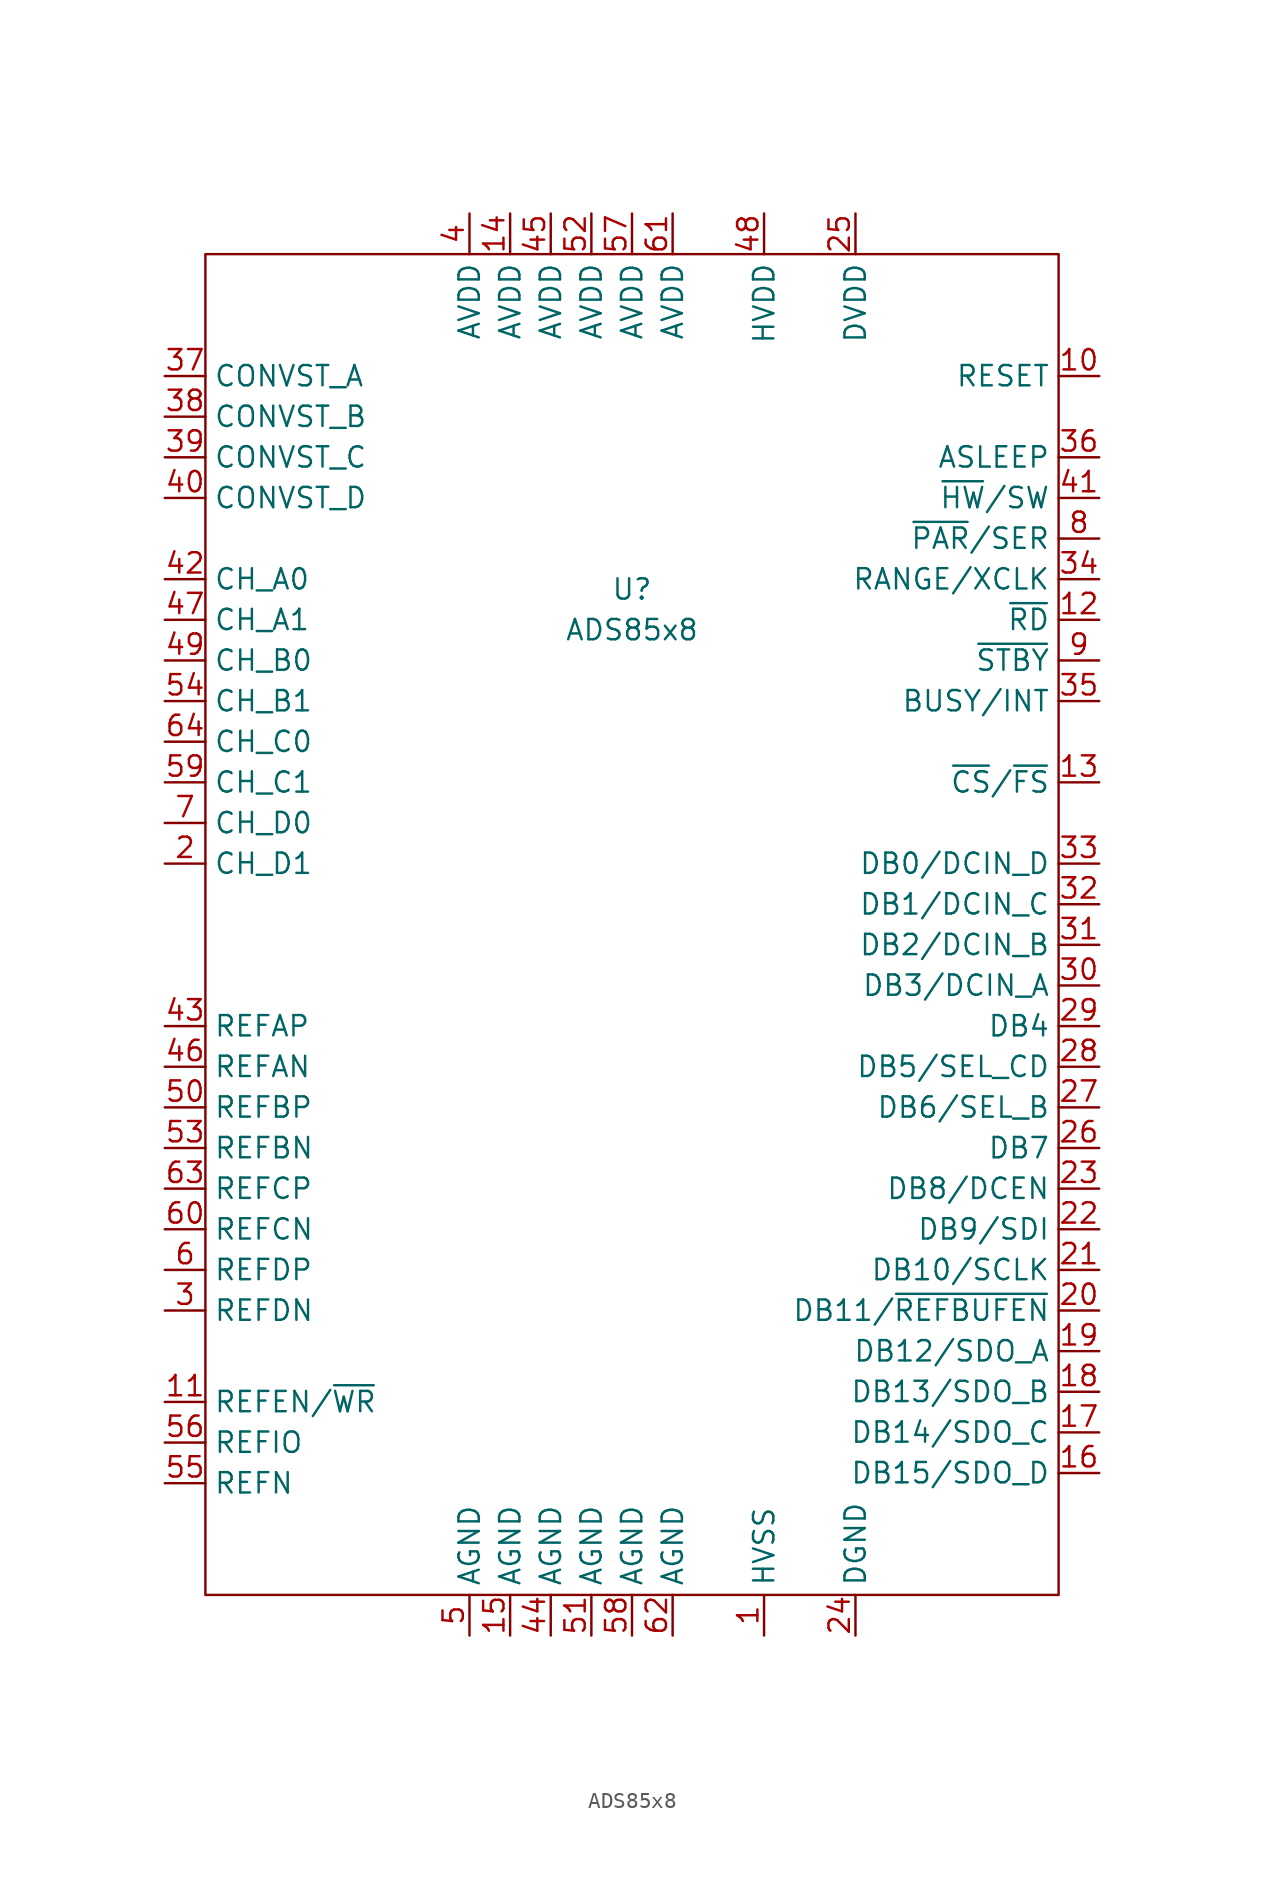
<source format=kicad_sym>
(kicad_symbol_lib
  (version 20210619)
  (generator kicad_symbol_editor)
  (symbol "ADS85x8:ADS85x8"
    (property "Reference" "U"
      (at 0 21.59 0)
      (effects (font (size 1.27 1.27))))
    (property "Value" "ADS85x8"
      (at 0 19.05 0)
      (effects (font (size 1.27 1.27))))
    (symbol "ADS85x8_0_1"
      (rectangle (start -26.67 42.545) (end 26.67 -41.275) (stroke (width 0.152)) (fill (type none))))
    (symbol "ADS85x8_1_1"
      (pin passive line (at 8.255 -43.815 90) (length 2.54) (name "HVSS" (effects (font (size 1.27 1.27)))) (number "1" (effects (font (size 1.27 1.27)))))
      (pin input line (at 29.21 34.925 180) (length 2.54) (name "RESET" (effects (font (size 1.27 1.27)))) (number "10" (effects (font (size 1.27 1.27)))))
      (pin input line (at -29.21 -29.21 0) (length 2.54) (name "REFEN/~{WR}" (effects (font (size 1.27 1.27)))) (number "11" (effects (font (size 1.27 1.27)))))
      (pin input line (at 29.21 19.685 180) (length 2.54) (name "~{RD}" (effects (font (size 1.27 1.27)))) (number "12" (effects (font (size 1.27 1.27)))))
      (pin input line (at 29.21 9.525 180) (length 2.54) (name "~{CS}/~{FS}" (effects (font (size 1.27 1.27)))) (number "13" (effects (font (size 1.27 1.27)))))
      (pin passive line (at -7.62 45.085 270) (length 2.54) (name "AVDD" (effects (font (size 1.27 1.27)))) (number "14" (effects (font (size 1.27 1.27)))))
      (pin passive line (at -7.62 -43.815 90) (length 2.54) (name "AGND" (effects (font (size 1.27 1.27)))) (number "15" (effects (font (size 1.27 1.27)))))
      (pin bidirectional line (at 29.21 -33.655 180) (length 2.54) (name "DB15/SDO_D" (effects (font (size 1.27 1.27)))) (number "16" (effects (font (size 1.27 1.27)))))
      (pin bidirectional line (at 29.21 -31.115 180) (length 2.54) (name "DB14/SDO_C" (effects (font (size 1.27 1.27)))) (number "17" (effects (font (size 1.27 1.27)))))
      (pin bidirectional line (at 29.21 -28.575 180) (length 2.54) (name "DB13/SDO_B" (effects (font (size 1.27 1.27)))) (number "18" (effects (font (size 1.27 1.27)))))
      (pin bidirectional line (at 29.21 -26.035 180) (length 2.54) (name "DB12/SDO_A" (effects (font (size 1.27 1.27)))) (number "19" (effects (font (size 1.27 1.27)))))
      (pin input line (at -29.21 4.445 0) (length 2.54) (name "CH_D1" (effects (font (size 1.27 1.27)))) (number "2" (effects (font (size 1.27 1.27)))))
      (pin bidirectional line (at 29.21 -23.495 180) (length 2.54) (name "DB11/~{REFBUFEN}" (effects (font (size 1.27 1.27)))) (number "20" (effects (font (size 1.27 1.27)))))
      (pin bidirectional line (at 29.21 -20.955 180) (length 2.54) (name "DB10/SCLK" (effects (font (size 1.27 1.27)))) (number "21" (effects (font (size 1.27 1.27)))))
      (pin bidirectional line (at 29.21 -18.415 180) (length 2.54) (name "DB9/SDI" (effects (font (size 1.27 1.27)))) (number "22" (effects (font (size 1.27 1.27)))))
      (pin bidirectional line (at 29.21 -15.875 180) (length 2.54) (name "DB8/DCEN" (effects (font (size 1.27 1.27)))) (number "23" (effects (font (size 1.27 1.27)))))
      (pin passive line (at 13.97 -43.815 90) (length 2.54) (name "DGND" (effects (font (size 1.27 1.27)))) (number "24" (effects (font (size 1.27 1.27)))))
      (pin passive line (at 13.97 45.085 270) (length 2.54) (name "DVDD" (effects (font (size 1.27 1.27)))) (number "25" (effects (font (size 1.27 1.27)))))
      (pin bidirectional line (at 29.21 -13.335 180) (length 2.54) (name "DB7" (effects (font (size 1.27 1.27)))) (number "26" (effects (font (size 1.27 1.27)))))
      (pin bidirectional line (at 29.21 -10.795 180) (length 2.54) (name "DB6/SEL_B" (effects (font (size 1.27 1.27)))) (number "27" (effects (font (size 1.27 1.27)))))
      (pin bidirectional line (at 29.21 -8.255 180) (length 2.54) (name "DB5/SEL_CD" (effects (font (size 1.27 1.27)))) (number "28" (effects (font (size 1.27 1.27)))))
      (pin bidirectional line (at 29.21 -5.715 180) (length 2.54) (name "DB4" (effects (font (size 1.27 1.27)))) (number "29" (effects (font (size 1.27 1.27)))))
      (pin input line (at -29.21 -23.495 0) (length 2.54) (name "REFDN" (effects (font (size 1.27 1.27)))) (number "3" (effects (font (size 1.27 1.27)))))
      (pin bidirectional line (at 29.21 -3.175 180) (length 2.54) (name "DB3/DCIN_A" (effects (font (size 1.27 1.27)))) (number "30" (effects (font (size 1.27 1.27)))))
      (pin bidirectional line (at 29.21 -0.635 180) (length 2.54) (name "DB2/DCIN_B" (effects (font (size 1.27 1.27)))) (number "31" (effects (font (size 1.27 1.27)))))
      (pin bidirectional line (at 29.21 1.905 180) (length 2.54) (name "DB1/DCIN_C" (effects (font (size 1.27 1.27)))) (number "32" (effects (font (size 1.27 1.27)))))
      (pin bidirectional line (at 29.21 4.445 180) (length 2.54) (name "DB0/DCIN_D" (effects (font (size 1.27 1.27)))) (number "33" (effects (font (size 1.27 1.27)))))
      (pin input line (at 29.21 22.225 180) (length 2.54) (name "RANGE/XCLK" (effects (font (size 1.27 1.27)))) (number "34" (effects (font (size 1.27 1.27)))))
      (pin output line (at 29.21 14.605 180) (length 2.54) (name "BUSY/INT" (effects (font (size 1.27 1.27)))) (number "35" (effects (font (size 1.27 1.27)))))
      (pin input line (at 29.21 29.845 180) (length 2.54) (name "ASLEEP" (effects (font (size 1.27 1.27)))) (number "36" (effects (font (size 1.27 1.27)))))
      (pin input line (at -29.21 34.925 0) (length 2.54) (name "CONVST_A" (effects (font (size 1.27 1.27)))) (number "37" (effects (font (size 1.27 1.27)))))
      (pin input line (at -29.21 32.385 0) (length 2.54) (name "CONVST_B" (effects (font (size 1.27 1.27)))) (number "38" (effects (font (size 1.27 1.27)))))
      (pin input line (at -29.21 29.845 0) (length 2.54) (name "CONVST_C" (effects (font (size 1.27 1.27)))) (number "39" (effects (font (size 1.27 1.27)))))
      (pin passive line (at -10.16 45.085 270) (length 2.54) (name "AVDD" (effects (font (size 1.27 1.27)))) (number "4" (effects (font (size 1.27 1.27)))))
      (pin input line (at -29.21 27.305 0) (length 2.54) (name "CONVST_D" (effects (font (size 1.27 1.27)))) (number "40" (effects (font (size 1.27 1.27)))))
      (pin input line (at 29.21 27.305 180) (length 2.54) (name "~{HW}/SW" (effects (font (size 1.27 1.27)))) (number "41" (effects (font (size 1.27 1.27)))))
      (pin input line (at -29.21 22.225 0) (length 2.54) (name "CH_A0" (effects (font (size 1.27 1.27)))) (number "42" (effects (font (size 1.27 1.27)))))
      (pin input line (at -29.21 -5.715 0) (length 2.54) (name "REFAP" (effects (font (size 1.27 1.27)))) (number "43" (effects (font (size 1.27 1.27)))))
      (pin passive line (at -5.08 -43.815 90) (length 2.54) (name "AGND" (effects (font (size 1.27 1.27)))) (number "44" (effects (font (size 1.27 1.27)))))
      (pin passive line (at -5.08 45.085 270) (length 2.54) (name "AVDD" (effects (font (size 1.27 1.27)))) (number "45" (effects (font (size 1.27 1.27)))))
      (pin input line (at -29.21 -8.255 0) (length 2.54) (name "REFAN" (effects (font (size 1.27 1.27)))) (number "46" (effects (font (size 1.27 1.27)))))
      (pin input line (at -29.21 19.685 0) (length 2.54) (name "CH_A1" (effects (font (size 1.27 1.27)))) (number "47" (effects (font (size 1.27 1.27)))))
      (pin passive line (at 8.255 45.085 270) (length 2.54) (name "HVDD" (effects (font (size 1.27 1.27)))) (number "48" (effects (font (size 1.27 1.27)))))
      (pin input line (at -29.21 17.145 0) (length 2.54) (name "CH_B0" (effects (font (size 1.27 1.27)))) (number "49" (effects (font (size 1.27 1.27)))))
      (pin passive line (at -10.16 -43.815 90) (length 2.54) (name "AGND" (effects (font (size 1.27 1.27)))) (number "5" (effects (font (size 1.27 1.27)))))
      (pin input line (at -29.21 -10.795 0) (length 2.54) (name "REFBP" (effects (font (size 1.27 1.27)))) (number "50" (effects (font (size 1.27 1.27)))))
      (pin passive line (at -2.54 -43.815 90) (length 2.54) (name "AGND" (effects (font (size 1.27 1.27)))) (number "51" (effects (font (size 1.27 1.27)))))
      (pin passive line (at -2.54 45.085 270) (length 2.54) (name "AVDD" (effects (font (size 1.27 1.27)))) (number "52" (effects (font (size 1.27 1.27)))))
      (pin input line (at -29.21 -13.335 0) (length 2.54) (name "REFBN" (effects (font (size 1.27 1.27)))) (number "53" (effects (font (size 1.27 1.27)))))
      (pin input line (at -29.21 14.605 0) (length 2.54) (name "CH_B1" (effects (font (size 1.27 1.27)))) (number "54" (effects (font (size 1.27 1.27)))))
      (pin input line (at -29.21 -34.29 0) (length 2.54) (name "REFN" (effects (font (size 1.27 1.27)))) (number "55" (effects (font (size 1.27 1.27)))))
      (pin bidirectional line (at -29.21 -31.75 0) (length 2.54) (name "REFIO" (effects (font (size 1.27 1.27)))) (number "56" (effects (font (size 1.27 1.27)))))
      (pin passive line (at 0 45.085 270) (length 2.54) (name "AVDD" (effects (font (size 1.27 1.27)))) (number "57" (effects (font (size 1.27 1.27)))))
      (pin passive line (at 0 -43.815 90) (length 2.54) (name "AGND" (effects (font (size 1.27 1.27)))) (number "58" (effects (font (size 1.27 1.27)))))
      (pin input line (at -29.21 9.525 0) (length 2.54) (name "CH_C1" (effects (font (size 1.27 1.27)))) (number "59" (effects (font (size 1.27 1.27)))))
      (pin input line (at -29.21 -20.955 0) (length 2.54) (name "REFDP" (effects (font (size 1.27 1.27)))) (number "6" (effects (font (size 1.27 1.27)))))
      (pin input line (at -29.21 -18.415 0) (length 2.54) (name "REFCN" (effects (font (size 1.27 1.27)))) (number "60" (effects (font (size 1.27 1.27)))))
      (pin passive line (at 2.54 45.085 270) (length 2.54) (name "AVDD" (effects (font (size 1.27 1.27)))) (number "61" (effects (font (size 1.27 1.27)))))
      (pin passive line (at 2.54 -43.815 90) (length 2.54) (name "AGND" (effects (font (size 1.27 1.27)))) (number "62" (effects (font (size 1.27 1.27)))))
      (pin input line (at -29.21 -15.875 0) (length 2.54) (name "REFCP" (effects (font (size 1.27 1.27)))) (number "63" (effects (font (size 1.27 1.27)))))
      (pin input line (at -29.21 12.065 0) (length 2.54) (name "CH_C0" (effects (font (size 1.27 1.27)))) (number "64" (effects (font (size 1.27 1.27)))))
      (pin input line (at -29.21 6.985 0) (length 2.54) (name "CH_D0" (effects (font (size 1.27 1.27)))) (number "7" (effects (font (size 1.27 1.27)))))
      (pin input line (at 29.21 24.765 180) (length 2.54) (name "~{PAR}/SER" (effects (font (size 1.27 1.27)))) (number "8" (effects (font (size 1.27 1.27)))))
      (pin input line (at 29.21 17.145 180) (length 2.54) (name "~{STBY}" (effects (font (size 1.27 1.27)))) (number "9" (effects (font (size 1.27 1.27))))))))
</source>
